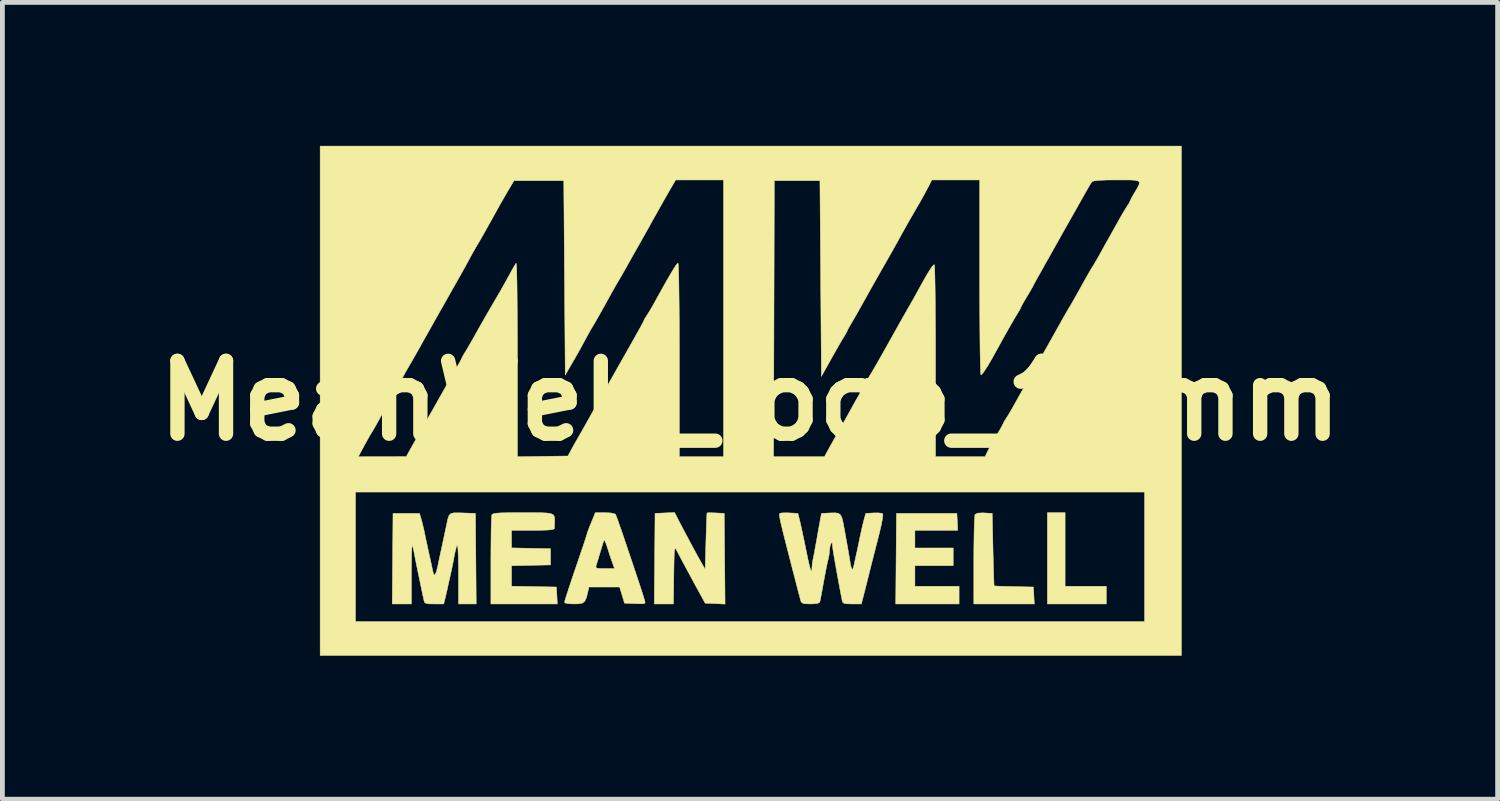
<source format=kicad_pcb>
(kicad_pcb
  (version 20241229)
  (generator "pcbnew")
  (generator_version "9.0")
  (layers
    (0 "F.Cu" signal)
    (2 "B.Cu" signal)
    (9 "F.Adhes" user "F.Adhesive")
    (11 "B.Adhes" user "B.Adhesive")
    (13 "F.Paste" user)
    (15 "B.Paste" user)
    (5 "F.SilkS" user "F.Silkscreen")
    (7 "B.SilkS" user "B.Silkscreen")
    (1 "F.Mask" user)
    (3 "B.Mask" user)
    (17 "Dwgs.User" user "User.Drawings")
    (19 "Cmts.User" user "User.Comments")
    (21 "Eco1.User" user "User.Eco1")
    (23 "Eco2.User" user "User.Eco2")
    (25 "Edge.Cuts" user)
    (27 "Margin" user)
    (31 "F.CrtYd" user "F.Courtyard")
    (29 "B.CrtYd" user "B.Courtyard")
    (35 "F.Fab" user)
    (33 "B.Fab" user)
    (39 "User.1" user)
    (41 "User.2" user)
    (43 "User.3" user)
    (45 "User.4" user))
  (footprint "MeanWell_logo_18mm"
    (layer "F.Cu")
    (at 12.635 5.331)
    (property "Reference" "MeanWell_logo_18mm" (at 0 0 0) (layer "F.SilkS") (effects (font (size 1.524 1.524) (thickness 0.3))))
    (attr through_hole)
    (fp_poly (pts (xy 6.589 3.879) (xy 7.451 3.879) (xy 7.451 4.249) (xy 6.219 4.249) (xy 6.219 2.34) (xy 6.589 2.34) (xy 6.589 3.879)) (stroke (width 0.01) (type solid)) (fill yes) (layer "F.SilkS"))
    (fp_poly (pts (xy 4.335 2.532) (xy 4.344 2.709) (xy 3.448 2.709) (xy 3.448 3.079) (xy 4.249 3.079) (xy 4.249 3.448) (xy 3.448 3.448) (xy 3.448 3.879) (xy 4.372 3.879) (xy 4.372 4.249) (xy 3.047 4.249) (xy 3.055 3.302) (xy 3.063 2.355) (xy 4.326 2.355) (xy 4.335 2.532)) (stroke (width 0.01) (type solid)) (fill yes) (layer "F.SilkS"))
    (fp_poly (pts (xy 4.898 2.346) (xy 5.065 2.355) (xy 5.081 3.11) (xy 5.086 3.318) (xy 5.091 3.505) (xy 5.096 3.662) (xy 5.1 3.781) (xy 5.103 3.853) (xy 5.104 3.871) (xy 5.136 3.874) (xy 5.217 3.878) (xy 5.337 3.882) (xy 5.484 3.885) (xy 5.519 3.886) (xy 5.927 3.895) (xy 5.936 4.072) (xy 5.945 4.249) (xy 4.68 4.249) (xy 4.68 3.333) (xy 4.681 3.1) (xy 4.684 2.886) (xy 4.687 2.7) (xy 4.692 2.548) (xy 4.698 2.44) (xy 4.704 2.383) (xy 4.706 2.377) (xy 4.756 2.351) (xy 4.861 2.344) (xy 4.898 2.346)) (stroke (width 0.01) (type solid)) (fill yes) (layer "F.SilkS"))
    (fp_poly (pts (xy -4.534 2.34) (xy -4.369 2.342) (xy -4.25 2.347) (xy -4.171 2.359) (xy -4.122 2.379) (xy -4.097 2.409) (xy -4.088 2.452) (xy -4.087 2.51) (xy -4.088 2.534) (xy -4.089 2.616) (xy -4.092 2.671) (xy -4.11 2.687) (xy -4.164 2.698) (xy -4.263 2.705) (xy -4.412 2.709) (xy -4.541 2.709) (xy -4.988 2.709) (xy -4.988 3.077) (xy -4.58 3.086) (xy -4.172 3.094) (xy -4.172 3.433) (xy -4.58 3.441) (xy -4.988 3.45) (xy -4.988 3.878) (xy -4.049 3.895) (xy -4.039 4.072) (xy -4.03 4.249) (xy -5.419 4.249) (xy -5.419 3.343) (xy -5.418 3.111) (xy -5.416 2.898) (xy -5.414 2.711) (xy -5.41 2.56) (xy -5.406 2.451) (xy -5.401 2.394) (xy -5.4 2.389) (xy -5.387 2.372) (xy -5.356 2.36) (xy -5.301 2.351) (xy -5.212 2.345) (xy -5.083 2.342) (xy -4.906 2.34) (xy -4.752 2.34) (xy -4.534 2.34)) (stroke (width 0.01) (type solid)) (fill yes) (layer "F.SilkS"))
    (fp_poly (pts (xy -1.518 2.454) (xy -1.45 2.586) (xy -1.365 2.747) (xy -1.273 2.919) (xy -1.183 3.088) (xy -1.102 3.236) (xy -1.04 3.347) (xy -1.035 3.356) (xy -0.939 3.525) (xy -0.922 2.94) (xy -0.916 2.757) (xy -0.911 2.597) (xy -0.906 2.468) (xy -0.902 2.382) (xy -0.899 2.346) (xy -0.899 2.346) (xy -0.868 2.343) (xy -0.793 2.343) (xy -0.716 2.346) (xy -0.539 2.355) (xy -0.531 3.303) (xy -0.522 4.252) (xy -0.73 4.242) (xy -0.938 4.233) (xy -1.056 4.018) (xy -1.126 3.89) (xy -1.212 3.732) (xy -1.304 3.561) (xy -1.395 3.392) (xy -1.474 3.243) (xy -1.534 3.131) (xy -1.537 3.125) (xy -1.554 3.097) (xy -1.566 3.088) (xy -1.575 3.106) (xy -1.582 3.157) (xy -1.586 3.248) (xy -1.59 3.385) (xy -1.593 3.575) (xy -1.594 3.641) (xy -1.602 4.249) (xy -2.002 4.249) (xy -1.994 3.302) (xy -1.986 2.355) (xy -1.782 2.346) (xy -1.578 2.337) (xy -1.518 2.454)) (stroke (width 0.01) (type solid)) (fill yes) (layer "F.SilkS"))
    (fp_poly (pts (xy -2.914 2.346) (xy -2.834 2.363) (xy -2.811 2.378) (xy -2.797 2.414) (xy -2.765 2.499) (xy -2.721 2.625) (xy -2.666 2.784) (xy -2.604 2.966) (xy -2.537 3.164) (xy -2.468 3.368) (xy -2.401 3.569) (xy -2.337 3.76) (xy -2.281 3.931) (xy -2.235 4.074) (xy -2.203 4.18) (xy -2.202 4.181) (xy -2.194 4.217) (xy -2.204 4.238) (xy -2.245 4.246) (xy -2.329 4.245) (xy -2.403 4.242) (xy -2.625 4.233) (xy -2.676 4.064) (xy -2.727 3.895) (xy -3.369 3.895) (xy -3.389 3.987) (xy -3.42 4.113) (xy -3.455 4.191) (xy -3.504 4.231) (xy -3.583 4.246) (xy -3.678 4.249) (xy -3.799 4.244) (xy -3.863 4.23) (xy -3.878 4.21) (xy -3.869 4.171) (xy -3.841 4.082) (xy -3.8 3.954) (xy -3.747 3.794) (xy -3.686 3.612) (xy -3.662 3.541) (xy -3.64 3.478) (xy -3.224 3.478) (xy -3.211 3.498) (xy -3.164 3.507) (xy -3.072 3.51) (xy -3.035 3.51) (xy -2.833 3.51) (xy -2.891 3.348) (xy -2.935 3.22) (xy -2.979 3.083) (xy -2.995 3.033) (xy -3.024 2.953) (xy -3.048 2.918) (xy -3.058 2.925) (xy -3.075 2.978) (xy -3.105 3.075) (xy -3.144 3.202) (xy -3.187 3.345) (xy -3.216 3.441) (xy -3.224 3.478) (xy -3.64 3.478) (xy -3.598 3.354) (xy -3.541 3.186) (xy -3.493 3.046) (xy -3.459 2.943) (xy -3.44 2.886) (xy -3.438 2.879) (xy -3.392 2.73) (xy -3.355 2.632) (xy -3.326 2.563) (xy -3.289 2.472) (xy -3.282 2.455) (xy -3.236 2.34) (xy -3.038 2.34) (xy -2.914 2.346)) (stroke (width 0.01) (type solid)) (fill yes) (layer "F.SilkS"))
    (fp_poly (pts (xy -6.081 2.344) (xy -6.008 2.346) (xy -5.742 2.355) (xy -5.734 3.302) (xy -5.726 4.249) (xy -6.096 4.249) (xy -6.096 3.633) (xy -6.097 3.446) (xy -6.1 3.282) (xy -6.105 3.149) (xy -6.111 3.059) (xy -6.119 3.018) (xy -6.12 3.017) (xy -6.137 3.045) (xy -6.158 3.119) (xy -6.181 3.223) (xy -6.184 3.24) (xy -6.208 3.369) (xy -6.232 3.488) (xy -6.25 3.571) (xy -6.271 3.665) (xy -6.298 3.785) (xy -6.312 3.848) (xy -6.338 3.969) (xy -6.365 4.085) (xy -6.377 4.133) (xy -6.406 4.249) (xy -6.605 4.249) (xy -6.713 4.247) (xy -6.775 4.238) (xy -6.805 4.216) (xy -6.818 4.179) (xy -6.858 3.995) (xy -6.898 3.801) (xy -6.938 3.612) (xy -6.973 3.44) (xy -7.001 3.299) (xy -7.02 3.202) (xy -7.022 3.19) (xy -7.04 3.1) (xy -7.057 3.038) (xy -7.065 3.024) (xy -7.07 3.048) (xy -7.074 3.124) (xy -7.078 3.245) (xy -7.08 3.401) (xy -7.081 3.583) (xy -7.081 3.628) (xy -7.081 4.249) (xy -7.482 4.249) (xy -7.474 3.302) (xy -7.466 2.355) (xy -6.912 2.355) (xy -6.875 2.478) (xy -6.848 2.58) (xy -6.818 2.707) (xy -6.802 2.786) (xy -6.776 2.911) (xy -6.743 3.064) (xy -6.711 3.212) (xy -6.71 3.217) (xy -6.68 3.348) (xy -6.654 3.469) (xy -6.636 3.557) (xy -6.634 3.567) (xy -6.613 3.633) (xy -6.588 3.638) (xy -6.561 3.584) (xy -6.532 3.469) (xy -6.531 3.464) (xy -6.51 3.363) (xy -6.481 3.226) (xy -6.449 3.076) (xy -6.436 3.017) (xy -6.405 2.872) (xy -6.375 2.732) (xy -6.351 2.62) (xy -6.344 2.586) (xy -6.32 2.47) (xy -6.294 2.397) (xy -6.255 2.358) (xy -6.189 2.344) (xy -6.081 2.344)) (stroke (width 0.01) (type solid)) (fill yes) (layer "F.SilkS"))
    (fp_poly (pts (xy 0.835 2.346) (xy 1.001 2.355) (xy 1.04 2.509) (xy 1.06 2.596) (xy 1.089 2.728) (xy 1.123 2.887) (xy 1.159 3.059) (xy 1.168 3.104) (xy 1.209 3.304) (xy 1.241 3.445) (xy 1.265 3.531) (xy 1.282 3.564) (xy 1.292 3.545) (xy 1.295 3.492) (xy 1.301 3.41) (xy 1.309 3.356) (xy 1.322 3.295) (xy 1.343 3.188) (xy 1.368 3.05) (xy 1.396 2.896) (xy 1.418 2.771) (xy 1.44 2.648) (xy 1.462 2.527) (xy 1.471 2.478) (xy 1.494 2.355) (xy 1.686 2.346) (xy 1.782 2.344) (xy 1.848 2.354) (xy 1.892 2.386) (xy 1.923 2.451) (xy 1.949 2.558) (xy 1.973 2.687) (xy 1.997 2.821) (xy 2.022 2.959) (xy 2.035 3.033) (xy 2.056 3.152) (xy 2.076 3.268) (xy 2.081 3.303) (xy 2.104 3.437) (xy 2.123 3.512) (xy 2.14 3.53) (xy 2.159 3.495) (xy 2.181 3.408) (xy 2.182 3.4) (xy 2.209 3.275) (xy 2.236 3.154) (xy 2.249 3.094) (xy 2.271 2.99) (xy 2.297 2.863) (xy 2.31 2.802) (xy 2.338 2.674) (xy 2.369 2.545) (xy 2.382 2.494) (xy 2.42 2.355) (xy 2.584 2.346) (xy 2.682 2.345) (xy 2.753 2.354) (xy 2.776 2.364) (xy 2.778 2.402) (xy 2.765 2.491) (xy 2.739 2.621) (xy 2.701 2.784) (xy 2.676 2.881) (xy 2.631 3.056) (xy 2.59 3.218) (xy 2.555 3.354) (xy 2.53 3.452) (xy 2.522 3.487) (xy 2.491 3.61) (xy 2.456 3.751) (xy 2.412 3.924) (xy 2.382 4.041) (xy 2.328 4.249) (xy 2.134 4.249) (xy 2.028 4.247) (xy 1.968 4.237) (xy 1.939 4.215) (xy 1.927 4.179) (xy 1.883 3.952) (xy 1.842 3.731) (xy 1.804 3.524) (xy 1.772 3.34) (xy 1.746 3.189) (xy 1.73 3.079) (xy 1.723 3.02) (xy 1.723 3.017) (xy 1.719 2.968) (xy 1.702 2.974) (xy 1.693 2.986) (xy 1.672 3.05) (xy 1.663 3.128) (xy 1.653 3.231) (xy 1.635 3.313) (xy 1.619 3.377) (xy 1.596 3.487) (xy 1.569 3.627) (xy 1.54 3.782) (xy 1.539 3.787) (xy 1.512 3.936) (xy 1.489 4.065) (xy 1.47 4.16) (xy 1.46 4.209) (xy 1.46 4.21) (xy 1.421 4.235) (xy 1.325 4.247) (xy 1.265 4.249) (xy 1.158 4.245) (xy 1.097 4.232) (xy 1.069 4.205) (xy 1.065 4.195) (xy 1.05 4.143) (xy 1.025 4.047) (xy 0.992 3.924) (xy 0.973 3.848) (xy 0.886 3.513) (xy 0.814 3.233) (xy 0.755 3.002) (xy 0.708 2.816) (xy 0.672 2.67) (xy 0.646 2.559) (xy 0.628 2.477) (xy 0.618 2.422) (xy 0.615 2.386) (xy 0.617 2.365) (xy 0.623 2.355) (xy 0.63 2.352) (xy 0.681 2.345) (xy 0.77 2.343) (xy 0.835 2.346)) (stroke (width 0.01) (type solid)) (fill yes) (layer "F.SilkS"))
    (fp_poly (pts (xy 9.021 5.326) (xy -8.99 5.326) (xy -8.99 1.909) (xy -8.251 1.909) (xy -8.251 4.618) (xy 8.251 4.618) (xy 8.251 1.909) (xy -8.251 1.909) (xy -8.99 1.909) (xy -8.99 1.17) (xy -8.192 1.17) (xy -7.189 1.169) (xy -7.109 1.023) (xy -7.054 0.925) (xy -6.983 0.798) (xy -6.909 0.667) (xy -6.897 0.647) (xy -6.725 0.345) (xy -6.578 0.086) (xy -6.45 -0.141) (xy -6.335 -0.345) (xy -6.296 -0.416) (xy -6.241 -0.514) (xy -6.172 -0.632) (xy -6.131 -0.702) (xy -6.08 -0.79) (xy -6.045 -0.854) (xy -6.034 -0.879) (xy -6.019 -0.912) (xy -5.982 -0.977) (xy -5.962 -1.009) (xy -5.916 -1.085) (xy -5.851 -1.197) (xy -5.776 -1.328) (xy -5.727 -1.416) (xy -5.653 -1.548) (xy -5.585 -1.667) (xy -5.516 -1.789) (xy -5.436 -1.926) (xy -5.34 -2.091) (xy -5.248 -2.248) (xy -5.182 -2.364) (xy -5.104 -2.503) (xy -5.033 -2.632) (xy -4.975 -2.738) (xy -4.926 -2.823) (xy -4.895 -2.873) (xy -4.891 -2.877) (xy -4.886 -2.852) (xy -4.882 -2.771) (xy -4.878 -2.637) (xy -4.874 -2.455) (xy -4.871 -2.23) (xy -4.869 -1.966) (xy -4.867 -1.669) (xy -4.865 -1.342) (xy -4.865 -0.991) (xy -4.864 -0.867) (xy -4.864 1.171) (xy -3.808 1.155) (xy -3.725 1.001) (xy -3.664 0.891) (xy -3.603 0.784) (xy -3.577 0.739) (xy -3.53 0.658) (xy -3.467 0.546) (xy -3.4 0.427) (xy -3.394 0.416) (xy -3.349 0.336) (xy -3.297 0.243) (xy -3.234 0.13) (xy -3.157 -0.006) (xy -3.063 -0.172) (xy -2.949 -0.374) (xy -2.812 -0.616) (xy -2.649 -0.904) (xy -2.577 -1.031) (xy -2.451 -1.253) (xy -2.355 -1.425) (xy -2.285 -1.55) (xy -2.241 -1.633) (xy -2.219 -1.677) (xy -2.217 -1.685) (xy -2.201 -1.718) (xy -2.163 -1.777) (xy -2.16 -1.781) (xy -2.114 -1.853) (xy -2.054 -1.954) (xy -2.01 -2.032) (xy -1.87 -2.285) (xy -1.757 -2.487) (xy -1.667 -2.642) (xy -1.6 -2.755) (xy -1.552 -2.829) (xy -1.521 -2.868) (xy -1.504 -2.876) (xy -1.5 -2.843) (xy -1.495 -2.754) (xy -1.491 -2.613) (xy -1.488 -2.427) (xy -1.485 -2.199) (xy -1.482 -1.936) (xy -1.48 -1.642) (xy -1.479 -1.322) (xy -1.478 -0.982) (xy -1.478 -0.845) (xy -1.478 1.17) (xy -0.554 1.17) (xy 0.492 1.17) (xy 1.556 1.17) (xy 1.636 1.024) (xy 1.691 0.925) (xy 1.762 0.798) (xy 1.836 0.667) (xy 1.848 0.647) (xy 1.927 0.507) (xy 2.018 0.344) (xy 2.105 0.187) (xy 2.123 0.154) (xy 2.2 0.016) (xy 2.279 -0.122) (xy 2.346 -0.239) (xy 2.365 -0.271) (xy 2.416 -0.358) (xy 2.452 -0.423) (xy 2.463 -0.448) (xy 2.478 -0.481) (xy 2.516 -0.546) (xy 2.536 -0.578) (xy 2.573 -0.64) (xy 2.635 -0.746) (xy 2.714 -0.885) (xy 2.805 -1.046) (xy 2.902 -1.219) (xy 2.909 -1.232) (xy 3.01 -1.412) (xy 3.109 -1.589) (xy 3.2 -1.75) (xy 3.275 -1.882) (xy 3.325 -1.97) (xy 3.4 -2.1) (xy 3.477 -2.238) (xy 3.533 -2.34) (xy 3.646 -2.545) (xy 3.735 -2.696) (xy 3.799 -2.794) (xy 3.84 -2.841) (xy 3.854 -2.844) (xy 3.858 -2.812) (xy 3.863 -2.723) (xy 3.866 -2.582) (xy 3.87 -2.396) (xy 3.873 -2.169) (xy 3.875 -1.906) (xy 3.877 -1.612) (xy 3.879 -1.293) (xy 3.879 -0.954) (xy 3.879 -0.829) (xy 3.879 1.17) (xy 4.915 1.17) (xy 4.969 1.056) (xy 5.011 0.975) (xy 5.074 0.863) (xy 5.145 0.742) (xy 5.159 0.718) (xy 5.221 0.614) (xy 5.268 0.531) (xy 5.293 0.482) (xy 5.296 0.475) (xy 5.311 0.439) (xy 5.35 0.378) (xy 5.352 0.374) (xy 5.399 0.302) (xy 5.459 0.201) (xy 5.503 0.123) (xy 5.565 0.012) (xy 5.642 -0.126) (xy 5.719 -0.262) (xy 5.728 -0.277) (xy 5.85 -0.493) (xy 5.948 -0.665) (xy 6.027 -0.804) (xy 6.093 -0.92) (xy 6.151 -1.023) (xy 6.207 -1.122) (xy 6.267 -1.229) (xy 6.281 -1.253) (xy 6.359 -1.392) (xy 6.434 -1.526) (xy 6.497 -1.638) (xy 6.527 -1.693) (xy 6.588 -1.8) (xy 6.649 -1.906) (xy 6.669 -1.94) (xy 6.698 -1.987) (xy 6.728 -2.038) (xy 6.765 -2.103) (xy 6.814 -2.19) (xy 6.88 -2.308) (xy 6.969 -2.467) (xy 7.025 -2.568) (xy 7.085 -2.673) (xy 7.135 -2.759) (xy 7.166 -2.81) (xy 7.17 -2.814) (xy 7.197 -2.858) (xy 7.244 -2.937) (xy 7.289 -3.017) (xy 7.351 -3.129) (xy 7.427 -3.267) (xy 7.504 -3.402) (xy 7.512 -3.417) (xy 7.587 -3.551) (xy 7.665 -3.69) (xy 7.73 -3.806) (xy 7.736 -3.818) (xy 7.796 -3.923) (xy 7.854 -4.019) (xy 7.886 -4.069) (xy 7.926 -4.13) (xy 7.943 -4.167) (xy 7.943 -4.167) (xy 7.958 -4.201) (xy 7.995 -4.271) (xy 8.032 -4.335) (xy 8.094 -4.439) (xy 8.133 -4.514) (xy 8.144 -4.564) (xy 8.121 -4.595) (xy 8.057 -4.611) (xy 7.947 -4.618) (xy 7.785 -4.618) (xy 7.672 -4.618) (xy 7.467 -4.617) (xy 7.318 -4.611) (xy 7.219 -4.602) (xy 7.164 -4.589) (xy 7.151 -4.58) (xy 7.119 -4.533) (xy 7.071 -4.452) (xy 7.034 -4.387) (xy 6.972 -4.278) (xy 6.898 -4.146) (xy 6.834 -4.033) (xy 6.774 -3.926) (xy 6.689 -3.777) (xy 6.588 -3.598) (xy 6.477 -3.401) (xy 6.363 -3.198) (xy 6.252 -3) (xy 6.151 -2.821) (xy 6.067 -2.67) (xy 6.03 -2.605) (xy 5.974 -2.505) (xy 5.933 -2.428) (xy 5.912 -2.388) (xy 5.911 -2.385) (xy 5.896 -2.357) (xy 5.857 -2.29) (xy 5.802 -2.196) (xy 5.788 -2.174) (xy 5.73 -2.076) (xy 5.686 -1.999) (xy 5.666 -1.958) (xy 5.665 -1.955) (xy 5.65 -1.921) (xy 5.612 -1.855) (xy 5.593 -1.824) (xy 5.545 -1.745) (xy 5.476 -1.626) (xy 5.394 -1.483) (xy 5.307 -1.329) (xy 5.224 -1.179) (xy 5.152 -1.047) (xy 5.151 -1.047) (xy 5.054 -0.871) (xy 4.969 -0.727) (xy 4.9 -0.62) (xy 4.852 -0.557) (xy 4.828 -0.542) (xy 4.824 -0.575) (xy 4.82 -0.664) (xy 4.816 -0.804) (xy 4.812 -0.991) (xy 4.809 -1.219) (xy 4.807 -1.482) (xy 4.805 -1.777) (xy 4.804 -2.097) (xy 4.803 -2.438) (xy 4.803 -2.588) (xy 4.803 -4.618) (xy 3.802 -4.618) (xy 3.711 -4.441) (xy 3.646 -4.319) (xy 3.577 -4.194) (xy 3.538 -4.126) (xy 3.414 -3.913) (xy 3.295 -3.706) (xy 3.191 -3.52) (xy 3.117 -3.387) (xy 3.062 -3.286) (xy 2.987 -3.152) (xy 2.905 -3.008) (xy 2.858 -2.925) (xy 2.743 -2.724) (xy 2.622 -2.51) (xy 2.503 -2.3) (xy 2.396 -2.108) (xy 2.309 -1.952) (xy 2.302 -1.94) (xy 2.241 -1.831) (xy 2.169 -1.706) (xy 2.129 -1.638) (xy 2.078 -1.55) (xy 2.043 -1.486) (xy 2.032 -1.46) (xy 2.017 -1.428) (xy 1.979 -1.363) (xy 1.959 -1.331) (xy 1.916 -1.26) (xy 1.852 -1.149) (xy 1.775 -1.014) (xy 1.694 -0.87) (xy 1.69 -0.863) (xy 1.493 -0.51) (xy 1.462 -4.603) (xy 0.508 -4.603) (xy 0.5 -1.716) (xy 0.492 1.17) (xy -0.554 1.17) (xy -0.554 -4.618) (xy -1.054 -4.618) (xy -1.555 -4.618) (xy -1.613 -4.518) (xy -1.703 -4.364) (xy -1.811 -4.175) (xy -1.926 -3.97) (xy -2.039 -3.769) (xy -2.063 -3.725) (xy -2.146 -3.575) (xy -2.239 -3.411) (xy -2.322 -3.263) (xy -2.339 -3.233) (xy -2.412 -3.105) (xy -2.483 -2.979) (xy -2.539 -2.877) (xy -2.547 -2.863) (xy -2.607 -2.757) (xy -2.678 -2.632) (xy -2.723 -2.555) (xy -2.798 -2.428) (xy -2.877 -2.289) (xy -2.917 -2.217) (xy -3.024 -2.022) (xy -3.122 -1.847) (xy -3.205 -1.7) (xy -3.268 -1.591) (xy -3.3 -1.539) (xy -3.339 -1.474) (xy -3.394 -1.374) (xy -3.454 -1.264) (xy -3.455 -1.262) (xy -3.514 -1.153) (xy -3.566 -1.057) (xy -3.622 -0.958) (xy -3.691 -0.838) (xy -3.775 -0.693) (xy -3.864 -0.539) (xy -3.895 -4.603) (xy -4.936 -4.603) (xy -5.065 -4.386) (xy -5.145 -4.248) (xy -5.231 -4.097) (xy -5.302 -3.97) (xy -5.416 -3.764) (xy -5.518 -3.582) (xy -5.603 -3.43) (xy -5.668 -3.318) (xy -5.701 -3.264) (xy -5.74 -3.198) (xy -5.796 -3.099) (xy -5.857 -2.988) (xy -5.857 -2.986) (xy -5.93 -2.853) (xy -6.014 -2.701) (xy -6.087 -2.571) (xy -6.152 -2.457) (xy -6.236 -2.309) (xy -6.327 -2.147) (xy -6.409 -2.001) (xy -6.494 -1.852) (xy -6.576 -1.707) (xy -6.646 -1.582) (xy -6.696 -1.494) (xy -6.696 -1.493) (xy -6.753 -1.392) (xy -6.827 -1.262) (xy -6.902 -1.126) (xy -6.919 -1.096) (xy -6.985 -0.979) (xy -7.044 -0.876) (xy -7.085 -0.804) (xy -7.095 -0.788) (xy -7.131 -0.726) (xy -7.184 -0.634) (xy -7.228 -0.554) (xy -7.289 -0.443) (xy -7.366 -0.305) (xy -7.443 -0.169) (xy -7.451 -0.154) (xy -7.528 -0.018) (xy -7.618 0.143) (xy -7.707 0.303) (xy -7.735 0.354) (xy -7.801 0.473) (xy -7.858 0.573) (xy -7.898 0.641) (xy -7.911 0.662) (xy -7.936 0.702) (xy -7.981 0.781) (xy -8.039 0.886) (xy -8.064 0.931) (xy -8.192 1.17) (xy -8.99 1.17) (xy -8.99 -5.326) (xy 9.021 -5.326) (xy 9.021 5.326)) (stroke (width 0.01) (type solid)) (fill yes) (layer "F.SilkS")))
  (gr_rect
    (start -3 -3)
    (end 28.269 13.663)
    (stroke (width 0.1) (type default))
    (fill no)
    (layer "Edge.Cuts")))
</source>
